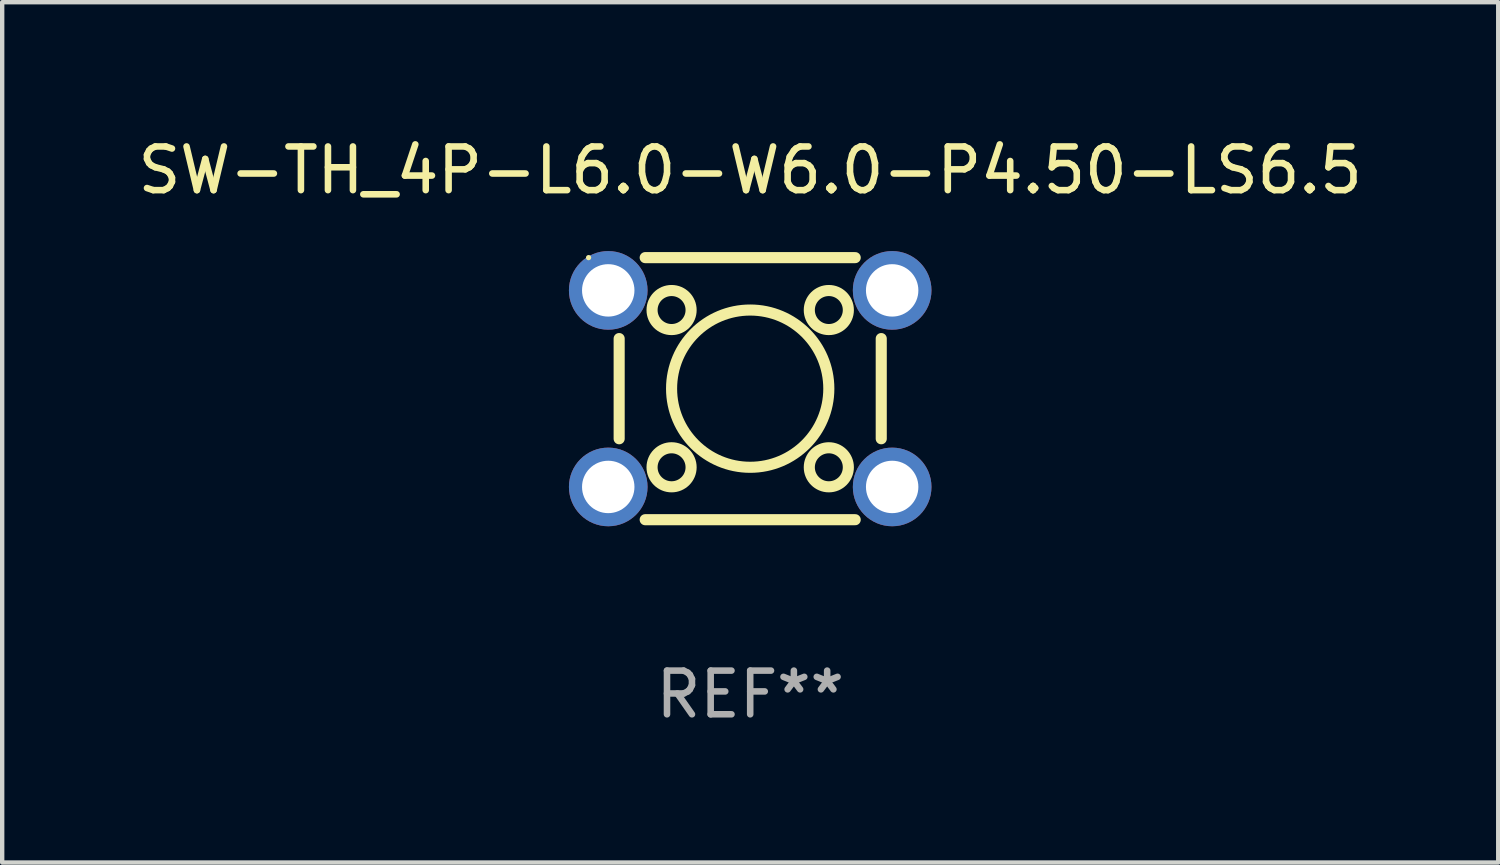
<source format=kicad_pcb>
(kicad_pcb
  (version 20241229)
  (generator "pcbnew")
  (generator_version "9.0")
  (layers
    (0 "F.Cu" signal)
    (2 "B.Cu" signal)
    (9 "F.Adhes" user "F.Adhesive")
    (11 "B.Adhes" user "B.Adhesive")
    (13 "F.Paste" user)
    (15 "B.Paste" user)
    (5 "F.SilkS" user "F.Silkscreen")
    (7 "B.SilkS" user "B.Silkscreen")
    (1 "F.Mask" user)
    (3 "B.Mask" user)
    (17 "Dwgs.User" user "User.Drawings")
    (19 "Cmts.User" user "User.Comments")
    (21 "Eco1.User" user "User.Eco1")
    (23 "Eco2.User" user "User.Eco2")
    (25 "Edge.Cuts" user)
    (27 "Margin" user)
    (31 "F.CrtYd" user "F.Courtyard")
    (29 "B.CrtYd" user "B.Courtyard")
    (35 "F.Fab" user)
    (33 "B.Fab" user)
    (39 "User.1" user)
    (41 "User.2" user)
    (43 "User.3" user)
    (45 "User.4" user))
  (footprint "SW-TH_4P-L6.0-W6.0-P4.50-LS6.5"
    (layer "F.Cu")
    (at 14.125 5.848)
    (property "Reference" "SW-TH_4P-L6.0-W6.0-P4.50-LS6.5" (at 0 -5 0) (layer "F.SilkS") (effects (font (size 1 1) (thickness 0.15))))
    (attr through_hole)
    (fp_line (start -3 1.147) (end -3 -1.147) (stroke (width 0.254) (type solid)) (layer "F.SilkS"))
    (fp_line (start -2.404 -3) (end 2.404 -3) (stroke (width 0.254) (type solid)) (layer "F.SilkS"))
    (fp_line (start 2.404 3) (end -2.404 3) (stroke (width 0.254) (type solid)) (layer "F.SilkS"))
    (fp_line (start 3 -1.147) (end 3 1.147) (stroke (width 0.254) (type solid)) (layer "F.SilkS"))
    (fp_circle (center -3.7 -3) (end -3.67 -3) (stroke (width 0.06) (type solid)) (fill no) (layer "F.SilkS"))
    (fp_circle (center -1.8 -1.8) (end -1.353 -1.8) (stroke (width 0.254) (type solid)) (fill no) (layer "F.SilkS"))
    (fp_circle (center -1.8 1.8) (end -1.353 1.8) (stroke (width 0.254) (type solid)) (fill no) (layer "F.SilkS"))
    (fp_circle (center 0 0) (end 1.8 0) (stroke (width 0.254) (type solid)) (fill no) (layer "F.SilkS"))
    (fp_circle (center 1.8 -1.8) (end 2.247 -1.8) (stroke (width 0.254) (type solid)) (fill no) (layer "F.SilkS"))
    (fp_circle (center 1.8 1.8) (end 2.247 1.8) (stroke (width 0.254) (type solid)) (fill no) (layer "F.SilkS"))
    (fp_text user "REF**" (at 0 7 0) (layer "F.Fab") (effects (font (size 1 1) (thickness 0.15))))
    (pad "1" thru_hole circle (at -3.25 -2.25) (size 1.8 1.8) (drill 1.2) (layers "*.Cu" "*.Mask"))
    (pad "2" thru_hole circle (at 3.25 -2.25) (size 1.8 1.8) (drill 1.2) (layers "*.Cu" "*.Mask"))
    (pad "3" thru_hole circle (at -3.25 2.25) (size 1.8 1.8) (drill 1.2) (layers "*.Cu" "*.Mask"))
    (pad "4" thru_hole circle (at 3.25 2.25) (size 1.8 1.8) (drill 1.2) (layers "*.Cu" "*.Mask")))
  (gr_rect
    (start -3 -3)
    (end 31.25 16.697)
    (stroke (width 0.1) (type default))
    (fill no)
    (layer "Edge.Cuts")))
</source>
